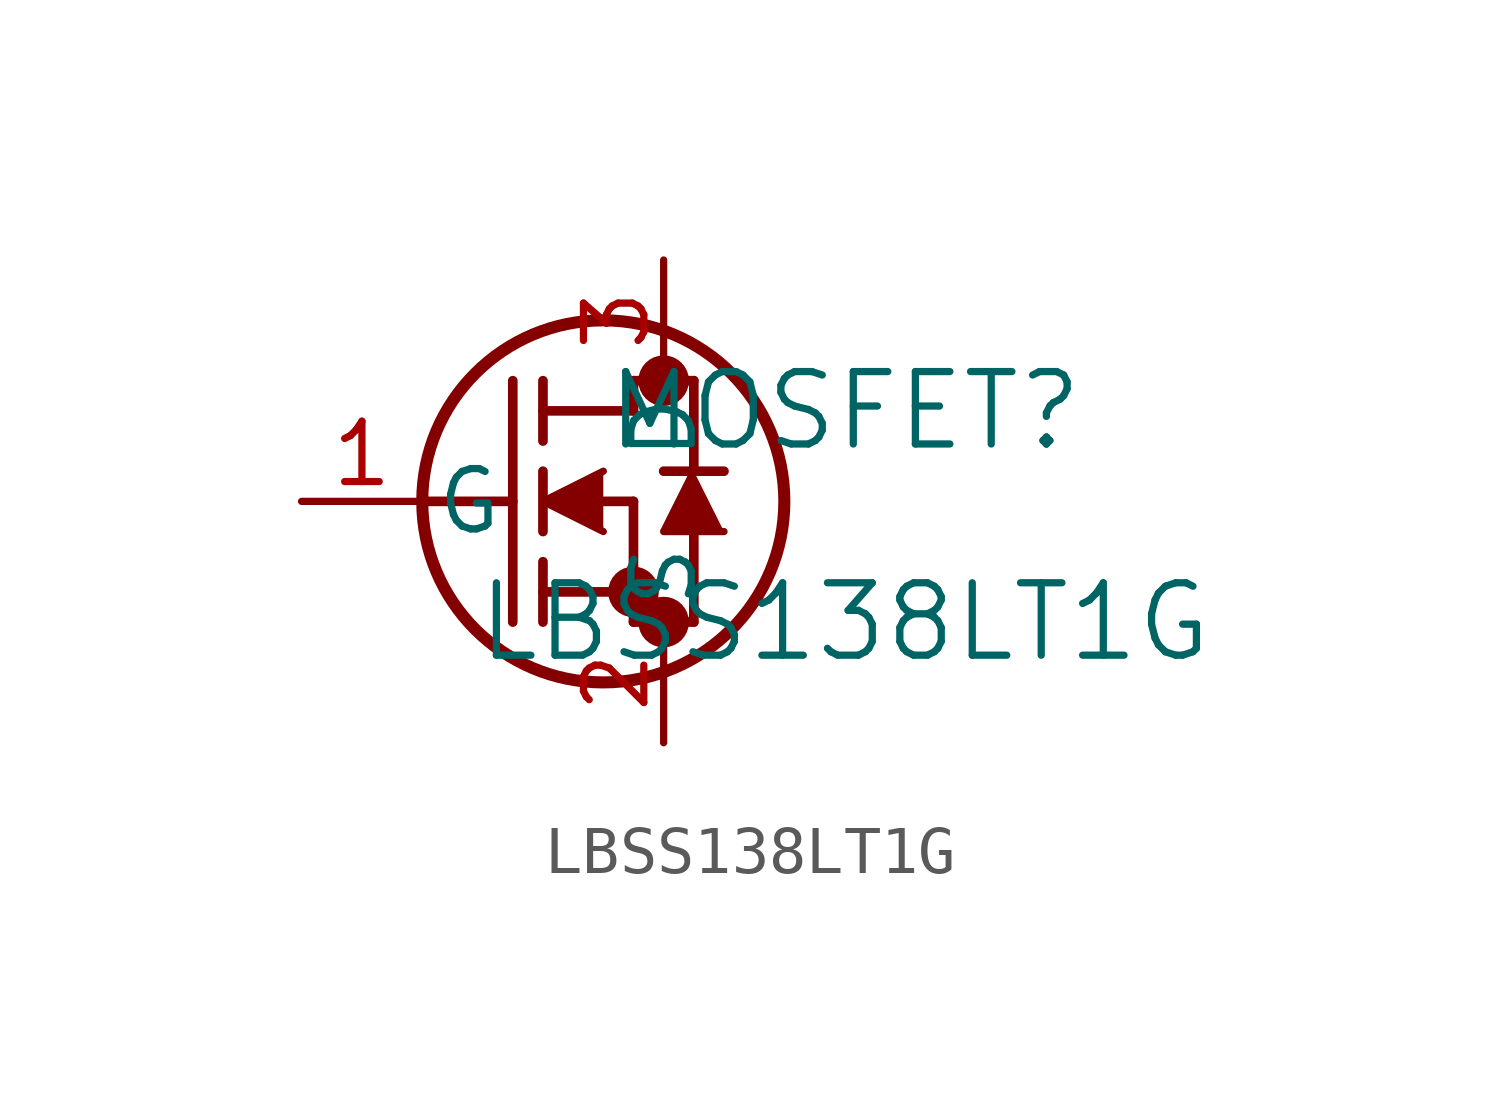
<source format=kicad_sym>
(kicad_symbol_lib
  (version 20211014)
  (generator kicad_symbol_editor)
  (symbol "LBSS138LT1G"
    (pin_names
      (offset 0.254))
    (property "Reference" "MOSFET"
      (at 11.43 1.905 0)
      (effects (font (size 1.524 1.524))))
    (property "Value" "LBSS138LT1G"
      (at 11.43 -2.54 0)
      (effects (font (size 1.524 1.524))))
    (symbol "LBSS138LT1G_0_1"
      (circle (center 7.62 2.54) (radius 0.025) (stroke (width 0.508) (type default) (color 0 0 0 0)) (fill (type none)))
      (circle (center 7.62 -2.54) (radius 0.025) (stroke (width 0.508) (type default) (color 0 0 0 0)) (fill (type none)))
      (circle (center 6.985 -1.905) (radius 0.025) (stroke (width 0.508) (type default) (color 0 0 0 0)) (fill (type none)))
      (circle (center 6.35 0) (radius 3.81) (stroke (width 0.254) (type default) (color 0 0 0 0)) (fill (type none)))
      (polyline (pts (xy 2.54 0) (xy 4.445 0)) (stroke (width 0.203) (type default) (color 0 0 0 0)) (fill (type none)))
      (polyline (pts (xy 4.445 -2.54) (xy 4.445 2.54)) (stroke (width 0.203) (type default) (color 0 0 0 0)) (fill (type none)))
      (polyline (pts (xy 5.08 -0.635) (xy 5.08 0.635)) (stroke (width 0.203) (type default) (color 0 0 0 0)) (fill (type none)))
      (polyline (pts (xy 5.08 -2.54) (xy 5.08 -1.27)) (stroke (width 0.203) (type default) (color 0 0 0 0)) (fill (type none)))
      (polyline (pts (xy 5.08 1.27) (xy 5.08 2.54)) (stroke (width 0.203) (type default) (color 0 0 0 0)) (fill (type none)))
      (polyline (pts (xy 6.35 0) (xy 6.985 0)) (stroke (width 0.203) (type default) (color 0 0 0 0)) (fill (type none)))
      (polyline (pts (xy 5.08 -1.905) (xy 6.985 -1.905)) (stroke (width 0.203) (type default) (color 0 0 0 0)) (fill (type none)))
      (polyline (pts (xy 6.985 -2.54) (xy 6.985 0)) (stroke (width 0.203) (type default) (color 0 0 0 0)) (fill (type none)))
      (polyline (pts (xy 6.985 -2.54) (xy 8.255 -2.54)) (stroke (width 0.203) (type default) (color 0 0 0 0)) (fill (type none)))
      (polyline (pts (xy 5.08 1.905) (xy 6.985 1.905)) (stroke (width 0.203) (type default) (color 0 0 0 0)) (fill (type none)))
      (polyline (pts (xy 8.255 0.635) (xy 8.255 2.54)) (stroke (width 0.203) (type default) (color 0 0 0 0)) (fill (type none)))
      (polyline (pts (xy 6.35 0.635) (xy 5.08 0) (xy 6.35 -0.635)) (stroke (width 0) (type default) (color 0 0 0 0)) (fill (type outline)))
      (polyline (pts (xy 8.89 -0.635) (xy 7.62 -0.635) (xy 8.255 0.635)) (stroke (width 0) (type default) (color 0 0 0 0)) (fill (type outline)))
      (polyline (pts (xy 8.255 -2.54) (xy 8.255 -0.635)) (stroke (width 0.203) (type default) (color 0 0 0 0)) (fill (type none)))
      (polyline (pts (xy 8.89 0.635) (xy 7.62 0.635)) (stroke (width 0.203) (type default) (color 0 0 0 0)) (fill (type none)))
      (polyline (pts (xy 6.985 2.54) (xy 8.255 2.54)) (stroke (width 0.203) (type default) (color 0 0 0 0)) (fill (type none)))
      (polyline (pts (xy 6.985 1.905) (xy 6.985 2.54)) (stroke (width 0.203) (type default) (color 0 0 0 0)) (fill (type none)))
      (pin unspecified line (at 0 0 0) (length 2.54) (name "G" (effects (font (size 1.27 1.27)))) (number "1" (effects (font (size 1.27 1.27)))))
      (pin unspecified line (at 7.62 -5.08 90) (length 2.54) (name "S" (effects (font (size 1.27 1.27)))) (number "2" (effects (font (size 1.27 1.27)))))
      (pin unspecified line (at 7.62 5.08 270) (length 2.54) (name "D" (effects (font (size 1.27 1.27)))) (number "3" (effects (font (size 1.27 1.27))))))))
</source>
